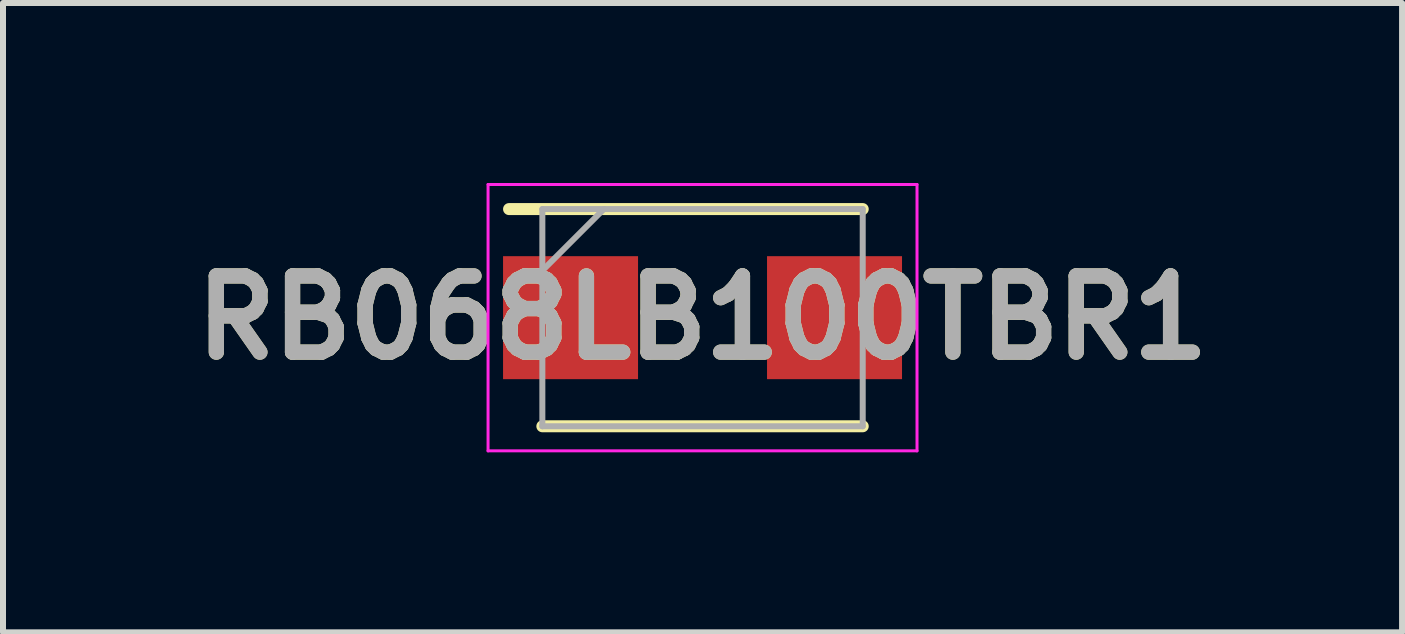
<source format=kicad_pcb>
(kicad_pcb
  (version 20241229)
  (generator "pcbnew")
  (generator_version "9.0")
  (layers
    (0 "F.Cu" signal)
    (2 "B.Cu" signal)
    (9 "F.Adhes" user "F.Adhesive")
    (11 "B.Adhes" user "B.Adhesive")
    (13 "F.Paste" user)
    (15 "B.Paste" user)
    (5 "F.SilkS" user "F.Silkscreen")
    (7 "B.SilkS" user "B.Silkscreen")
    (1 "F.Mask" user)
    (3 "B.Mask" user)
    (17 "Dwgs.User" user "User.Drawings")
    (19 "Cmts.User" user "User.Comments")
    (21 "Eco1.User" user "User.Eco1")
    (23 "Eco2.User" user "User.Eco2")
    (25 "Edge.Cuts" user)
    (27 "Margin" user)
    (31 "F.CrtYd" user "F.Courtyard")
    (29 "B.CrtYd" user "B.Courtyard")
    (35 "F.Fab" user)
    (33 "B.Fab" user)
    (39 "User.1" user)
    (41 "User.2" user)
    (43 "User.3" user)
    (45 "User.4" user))
  (footprint "RB068LB100TBR1"
    (layer "F.Cu")
    (at 8.66 2.245)
    (property "Reference" "RB068LB100TBR1" (at 0 0 0) (layer "F.SilkS") (effects (font (size 1.27 1.27) (thickness 0.254))))
    (attr smd)
    (fp_line (start -2.67 1.81) (end 2.67 1.81) (stroke (width 0.2) (type solid)) (layer "F.SilkS"))
    (fp_line (start 2.67 -1.81) (end -3.225 -1.81) (stroke (width 0.2) (type solid)) (layer "F.SilkS"))
    (fp_line (start -3.575 -2.22) (end 3.575 -2.22) (stroke (width 0.05) (type solid)) (layer "F.CrtYd"))
    (fp_line (start -3.575 2.22) (end -3.575 -2.22) (stroke (width 0.05) (type solid)) (layer "F.CrtYd"))
    (fp_line (start 3.575 -2.22) (end 3.575 2.22) (stroke (width 0.05) (type solid)) (layer "F.CrtYd"))
    (fp_line (start 3.575 2.22) (end -3.575 2.22) (stroke (width 0.05) (type solid)) (layer "F.CrtYd"))
    (fp_line (start -2.67 -1.81) (end 2.67 -1.81) (stroke (width 0.1) (type solid)) (layer "F.Fab"))
    (fp_line (start -2.67 -0.785) (end -1.645 -1.81) (stroke (width 0.1) (type solid)) (layer "F.Fab"))
    (fp_line (start -2.67 1.81) (end -2.67 -1.81) (stroke (width 0.1) (type solid)) (layer "F.Fab"))
    (fp_line (start 2.67 -1.81) (end 2.67 1.81) (stroke (width 0.1) (type solid)) (layer "F.Fab"))
    (fp_line (start 2.67 1.81) (end -2.67 1.81) (stroke (width 0.1) (type solid)) (layer "F.Fab"))
    (fp_text user "${REFERENCE}" (at 0 0 0) (layer "F.Fab") (effects (font (size 1.27 1.27) (thickness 0.254))))
    (pad "1" smd rect (at -2.2 0 90) (size 2.05 2.25) (layers "F.Cu" "F.Mask" "F.Paste"))
    (pad "2" smd rect (at 2.2 0 90) (size 2.05 2.25) (layers "F.Cu" "F.Mask" "F.Paste")))
  (gr_rect
    (start -3 -3)
    (end 20.32 7.49)
    (stroke (width 0.1) (type default))
    (fill no)
    (layer "Edge.Cuts")))
</source>
